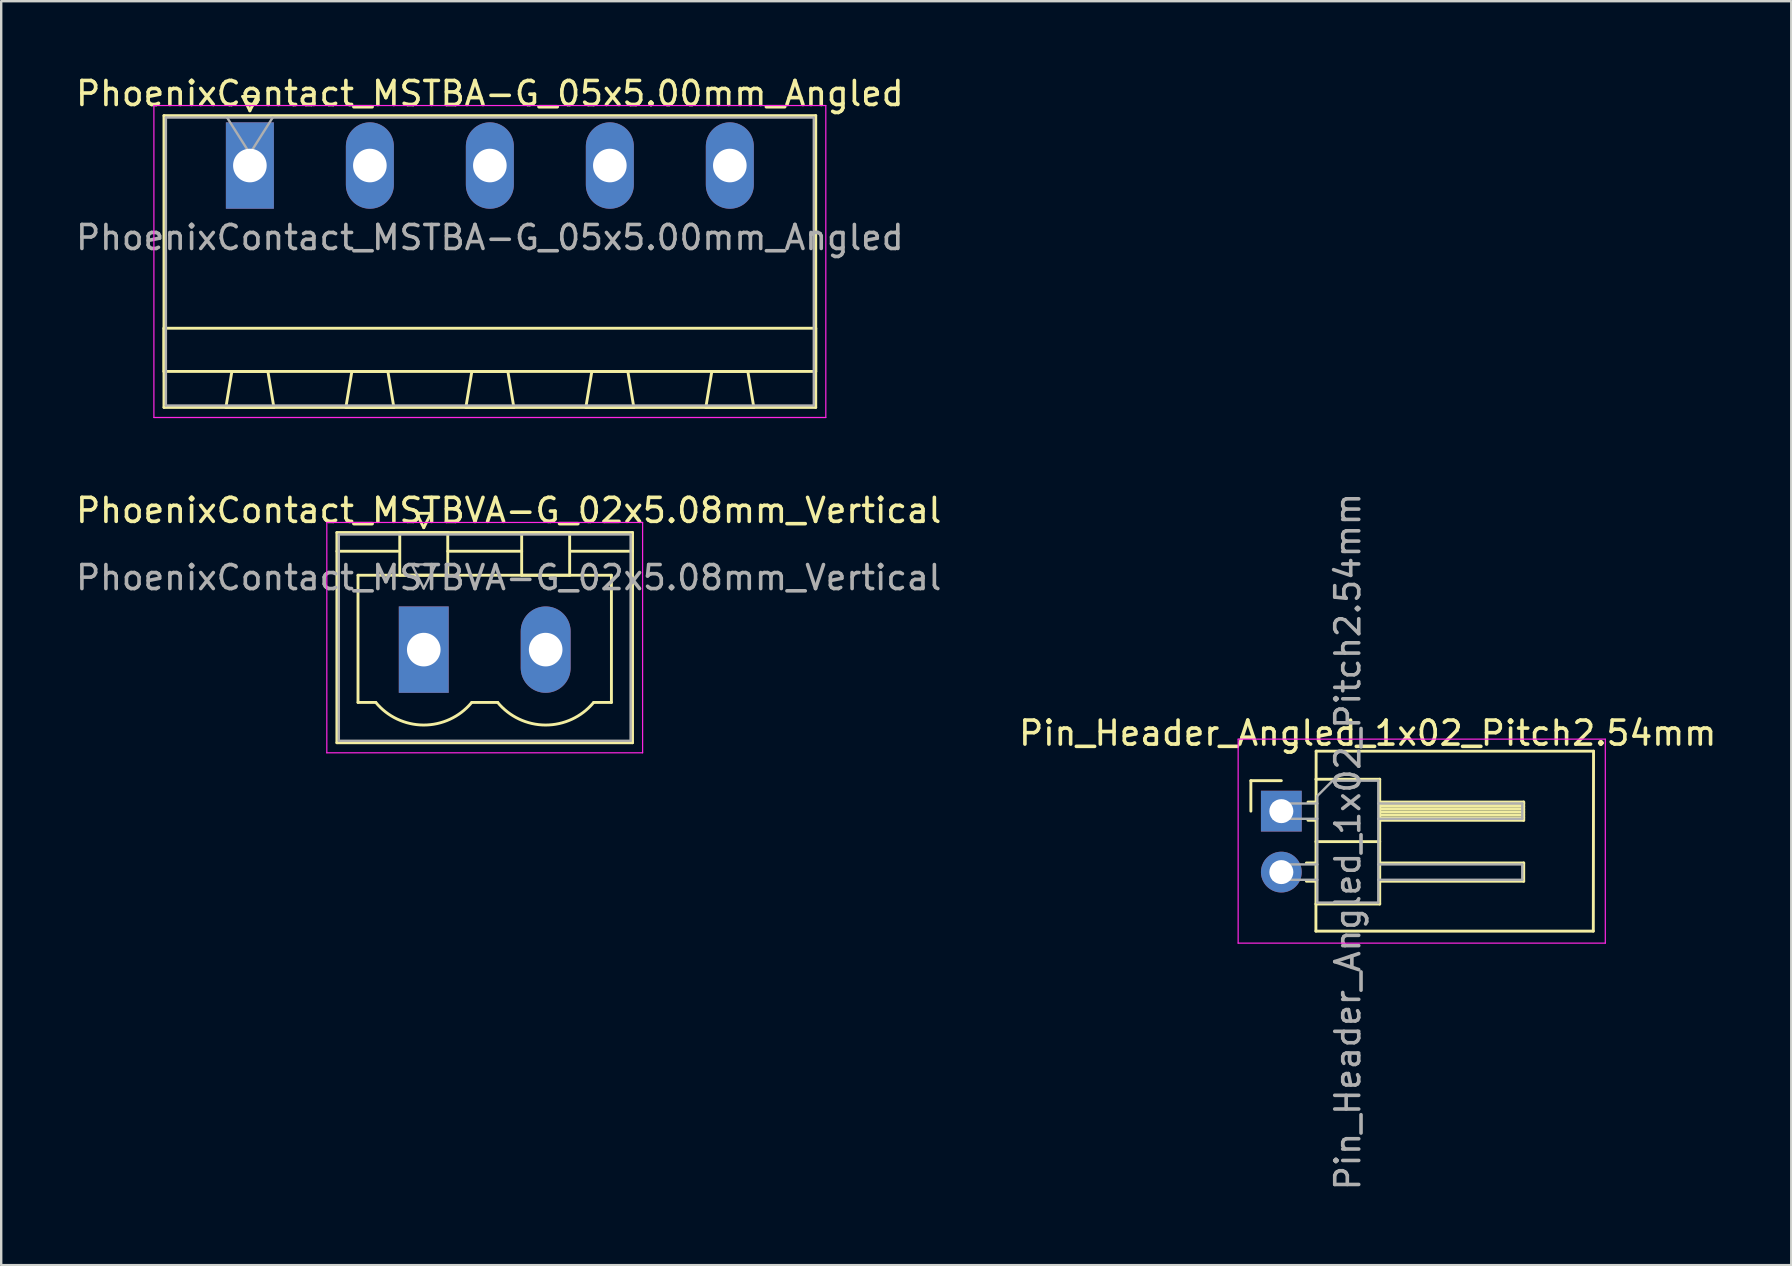
<source format=kicad_pcb>
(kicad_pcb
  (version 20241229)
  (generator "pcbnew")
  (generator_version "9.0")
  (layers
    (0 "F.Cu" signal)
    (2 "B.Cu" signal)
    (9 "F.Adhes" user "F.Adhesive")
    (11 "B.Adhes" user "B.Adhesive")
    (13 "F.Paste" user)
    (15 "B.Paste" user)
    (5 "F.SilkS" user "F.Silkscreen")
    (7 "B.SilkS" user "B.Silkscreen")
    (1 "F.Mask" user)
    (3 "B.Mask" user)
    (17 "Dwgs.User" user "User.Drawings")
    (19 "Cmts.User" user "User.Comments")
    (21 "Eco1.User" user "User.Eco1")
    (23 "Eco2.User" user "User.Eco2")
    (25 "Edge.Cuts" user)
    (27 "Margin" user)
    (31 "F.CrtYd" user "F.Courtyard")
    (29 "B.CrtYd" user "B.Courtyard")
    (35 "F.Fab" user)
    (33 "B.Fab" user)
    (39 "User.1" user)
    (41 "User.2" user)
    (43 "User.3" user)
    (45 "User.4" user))
  (footprint "PhoenixContact_MSTBVA-G_02x5.08mm_Vertical"
    (layer "F.Cu")
    (at 14.609 24.021)
    (property "Reference" "PhoenixContact_MSTBVA-G_02x5.08mm_Vertical" (at 3.54 -5.8 0) (layer "F.SilkS") (effects (font (size 1 1) (thickness 0.15))))
    (attr through_hole)
    (fp_line (start -3.62 -4.88) (end -3.62 3.88) (stroke (width 0.12) (type solid)) (layer "F.SilkS"))
    (fp_line (start -3.62 -4.1) (end -1.08 -4.1) (stroke (width 0.12) (type solid)) (layer "F.SilkS"))
    (fp_line (start -3.62 3.88) (end 8.7 3.88) (stroke (width 0.12) (type solid)) (layer "F.SilkS"))
    (fp_line (start -2.74 -3.1) (end 7.82 -3.1) (stroke (width 0.12) (type solid)) (layer "F.SilkS"))
    (fp_line (start -2.74 2.2) (end -2.74 -3.1) (stroke (width 0.12) (type solid)) (layer "F.SilkS"))
    (fp_line (start -2 2.2) (end -2.74 2.2) (stroke (width 0.12) (type solid)) (layer "F.SilkS"))
    (fp_line (start -1 -4.88) (end 1 -4.88) (stroke (width 0.12) (type solid)) (layer "F.SilkS"))
    (fp_line (start -1 -3.1) (end -1 -4.88) (stroke (width 0.12) (type solid)) (layer "F.SilkS"))
    (fp_line (start -0.3 -5.68) (end 0.3 -5.68) (stroke (width 0.12) (type solid)) (layer "F.SilkS"))
    (fp_line (start 0 -5.08) (end -0.3 -5.68) (stroke (width 0.12) (type solid)) (layer "F.SilkS"))
    (fp_line (start 0.3 -5.68) (end 0 -5.08) (stroke (width 0.12) (type solid)) (layer "F.SilkS"))
    (fp_line (start 1 -4.88) (end 1 -3.1) (stroke (width 0.12) (type solid)) (layer "F.SilkS"))
    (fp_line (start 1 -4.1) (end 4.08 -4.1) (stroke (width 0.12) (type solid)) (layer "F.SilkS"))
    (fp_line (start 1 -3.1) (end -1 -3.1) (stroke (width 0.12) (type solid)) (layer "F.SilkS"))
    (fp_line (start 2 2.2) (end 3.08 2.2) (stroke (width 0.12) (type solid)) (layer "F.SilkS"))
    (fp_line (start 4.08 -4.88) (end 6.08 -4.88) (stroke (width 0.12) (type solid)) (layer "F.SilkS"))
    (fp_line (start 4.08 -3.1) (end 4.08 -4.88) (stroke (width 0.12) (type solid)) (layer "F.SilkS"))
    (fp_line (start 6.08 -4.88) (end 6.08 -3.1) (stroke (width 0.12) (type solid)) (layer "F.SilkS"))
    (fp_line (start 6.08 -3.1) (end 4.08 -3.1) (stroke (width 0.12) (type solid)) (layer "F.SilkS"))
    (fp_line (start 7.82 -3.1) (end 7.82 2.2) (stroke (width 0.12) (type solid)) (layer "F.SilkS"))
    (fp_line (start 7.82 2.2) (end 7.08 2.2) (stroke (width 0.12) (type solid)) (layer "F.SilkS"))
    (fp_line (start 8.7 -4.88) (end -3.62 -4.88) (stroke (width 0.12) (type solid)) (layer "F.SilkS"))
    (fp_line (start 8.7 -4.1) (end 6.16 -4.1) (stroke (width 0.12) (type solid)) (layer "F.SilkS"))
    (fp_line (start 8.7 3.88) (end 8.7 -4.88) (stroke (width 0.12) (type solid)) (layer "F.SilkS"))
    (fp_arc (start 1.986842 2.215821) (mid -0.010289 3.142758) (end -2 2.2) (stroke (width 0.12) (type solid)) (layer "F.SilkS"))
    (fp_arc (start 7.066842 2.215821) (mid 5.069711 3.142758) (end 3.08 2.2) (stroke (width 0.12) (type solid)) (layer "F.SilkS"))
    (fp_line (start -4.04 -5.3) (end -4.04 4.3) (stroke (width 0.05) (type solid)) (layer "F.CrtYd"))
    (fp_line (start -4.04 4.3) (end 9.12 4.3) (stroke (width 0.05) (type solid)) (layer "F.CrtYd"))
    (fp_line (start 9.12 -5.3) (end -4.04 -5.3) (stroke (width 0.05) (type solid)) (layer "F.CrtYd"))
    (fp_line (start 9.12 4.3) (end 9.12 -5.3) (stroke (width 0.05) (type solid)) (layer "F.CrtYd"))
    (fp_line (start -3.54 -4.8) (end -3.54 3.8) (stroke (width 0.1) (type solid)) (layer "F.Fab"))
    (fp_line (start -3.54 3.8) (end 8.62 3.8) (stroke (width 0.1) (type solid)) (layer "F.Fab"))
    (fp_line (start -0.5 -3.55) (end 0.5 -3.55) (stroke (width 0.1) (type solid)) (layer "F.Fab"))
    (fp_line (start 0 -2.55) (end -0.5 -3.55) (stroke (width 0.1) (type solid)) (layer "F.Fab"))
    (fp_line (start 0.5 -3.55) (end 0 -2.55) (stroke (width 0.1) (type solid)) (layer "F.Fab"))
    (fp_line (start 8.62 -4.8) (end -3.54 -4.8) (stroke (width 0.1) (type solid)) (layer "F.Fab"))
    (fp_line (start 8.62 3.8) (end 8.62 -4.8) (stroke (width 0.1) (type solid)) (layer "F.Fab"))
    (fp_text user "${REFERENCE}" (at 3.54 -3 0) (layer "F.Fab") (effects (font (size 1 1) (thickness 0.15))))
    (pad "1" thru_hole rect (at 0 0) (size 2.08 3.6) (drill 1.4) (layers "*.Cu" "*.Mask"))
    (pad "2" thru_hole oval (at 5.08 0) (size 2.08 3.6) (drill 1.4) (layers "*.Cu" "*.Mask")))
  (footprint "Pin_Header_Angled_1x02_Pitch2.54mm"
    (layer "F.Cu")
    (at 50.346 30.752)
    (property "Reference" "Pin_Header_Angled_1x02_Pitch2.54mm" (at 3.6 -3.25 0) (layer "F.SilkS") (effects (font (size 1 1) (thickness 0.15))))
    (attr through_hole)
    (fp_line (start -1.27 -1.27) (end 0 -1.27) (stroke (width 0.12) (type solid)) (layer "F.SilkS"))
    (fp_line (start -1.27 0) (end -1.27 -1.27) (stroke (width 0.12) (type solid)) (layer "F.SilkS"))
    (fp_line (start 1.043 2.16) (end 1.44 2.16) (stroke (width 0.12) (type solid)) (layer "F.SilkS"))
    (fp_line (start 1.043 2.92) (end 1.44 2.92) (stroke (width 0.12) (type solid)) (layer "F.SilkS"))
    (fp_line (start 1.11 -0.38) (end 1.44 -0.38) (stroke (width 0.12) (type solid)) (layer "F.SilkS"))
    (fp_line (start 1.11 0.38) (end 1.44 0.38) (stroke (width 0.12) (type solid)) (layer "F.SilkS"))
    (fp_line (start 1.44 1.27) (end 4.1 1.27) (stroke (width 0.12) (type solid)) (layer "F.SilkS"))
    (fp_line (start 1.44 3.87) (end 4.1 3.87) (stroke (width 0.12) (type solid)) (layer "F.SilkS"))
    (fp_line (start 1.44 5) (end 13 5) (stroke (width 0.12) (type solid)) (layer "F.SilkS"))
    (fp_line (start 1.45 -2.5) (end 1.44 5) (stroke (width 0.12) (type solid)) (layer "F.SilkS"))
    (fp_line (start 1.45 -2.5) (end 13.01 -2.5) (stroke (width 0.12) (type solid)) (layer "F.SilkS"))
    (fp_line (start 4.1 -1.33) (end 1.44 -1.33) (stroke (width 0.12) (type solid)) (layer "F.SilkS"))
    (fp_line (start 4.1 -0.38) (end 10.1 -0.38) (stroke (width 0.12) (type solid)) (layer "F.SilkS"))
    (fp_line (start 4.1 -0.32) (end 10.1 -0.32) (stroke (width 0.12) (type solid)) (layer "F.SilkS"))
    (fp_line (start 4.1 -0.2) (end 10.1 -0.2) (stroke (width 0.12) (type solid)) (layer "F.SilkS"))
    (fp_line (start 4.1 -0.08) (end 10.1 -0.08) (stroke (width 0.12) (type solid)) (layer "F.SilkS"))
    (fp_line (start 4.1 0.04) (end 10.1 0.04) (stroke (width 0.12) (type solid)) (layer "F.SilkS"))
    (fp_line (start 4.1 0.16) (end 10.1 0.16) (stroke (width 0.12) (type solid)) (layer "F.SilkS"))
    (fp_line (start 4.1 0.28) (end 10.1 0.28) (stroke (width 0.12) (type solid)) (layer "F.SilkS"))
    (fp_line (start 4.1 2.16) (end 10.1 2.16) (stroke (width 0.12) (type solid)) (layer "F.SilkS"))
    (fp_line (start 4.1 3.87) (end 4.1 -1.33) (stroke (width 0.12) (type solid)) (layer "F.SilkS"))
    (fp_line (start 10.1 -0.38) (end 10.1 0.38) (stroke (width 0.12) (type solid)) (layer "F.SilkS"))
    (fp_line (start 10.1 0.38) (end 4.1 0.38) (stroke (width 0.12) (type solid)) (layer "F.SilkS"))
    (fp_line (start 10.1 2.16) (end 10.1 2.92) (stroke (width 0.12) (type solid)) (layer "F.SilkS"))
    (fp_line (start 10.1 2.92) (end 4.1 2.92) (stroke (width 0.12) (type solid)) (layer "F.SilkS"))
    (fp_line (start 13.01 -2.5) (end 13 5) (stroke (width 0.12) (type solid)) (layer "F.SilkS"))
    (fp_line (start -1.8 -3) (end -1.8 5.5) (stroke (width 0.05) (type solid)) (layer "F.CrtYd"))
    (fp_line (start 13.5 -3) (end -1.8 -3) (stroke (width 0.05) (type solid)) (layer "F.CrtYd"))
    (fp_line (start 13.5 5.5) (end -1.8 5.5) (stroke (width 0.05) (type solid)) (layer "F.CrtYd"))
    (fp_line (start 13.5 5.5) (end 13.5 -3) (stroke (width 0.05) (type solid)) (layer "F.CrtYd"))
    (fp_line (start -0.32 -0.32) (end -0.32 0.32) (stroke (width 0.1) (type solid)) (layer "F.Fab"))
    (fp_line (start -0.32 -0.32) (end 1.5 -0.32) (stroke (width 0.1) (type solid)) (layer "F.Fab"))
    (fp_line (start -0.32 0.32) (end 1.5 0.32) (stroke (width 0.1) (type solid)) (layer "F.Fab"))
    (fp_line (start -0.32 2.22) (end -0.32 2.86) (stroke (width 0.1) (type solid)) (layer "F.Fab"))
    (fp_line (start -0.32 2.22) (end 1.5 2.22) (stroke (width 0.1) (type solid)) (layer "F.Fab"))
    (fp_line (start -0.32 2.86) (end 1.5 2.86) (stroke (width 0.1) (type solid)) (layer "F.Fab"))
    (fp_line (start 1.5 -0.635) (end 2.135 -1.27) (stroke (width 0.1) (type solid)) (layer "F.Fab"))
    (fp_line (start 1.5 3.81) (end 1.5 -0.635) (stroke (width 0.1) (type solid)) (layer "F.Fab"))
    (fp_line (start 2.135 -1.27) (end 4.04 -1.27) (stroke (width 0.1) (type solid)) (layer "F.Fab"))
    (fp_line (start 4.04 -1.27) (end 4.04 3.81) (stroke (width 0.1) (type solid)) (layer "F.Fab"))
    (fp_line (start 4.04 -0.32) (end 10.04 -0.32) (stroke (width 0.1) (type solid)) (layer "F.Fab"))
    (fp_line (start 4.04 0.32) (end 10.04 0.32) (stroke (width 0.1) (type solid)) (layer "F.Fab"))
    (fp_line (start 4.04 2.22) (end 10.04 2.22) (stroke (width 0.1) (type solid)) (layer "F.Fab"))
    (fp_line (start 4.04 2.86) (end 10.04 2.86) (stroke (width 0.1) (type solid)) (layer "F.Fab"))
    (fp_line (start 4.04 3.81) (end 1.5 3.81) (stroke (width 0.1) (type solid)) (layer "F.Fab"))
    (fp_line (start 10.04 -0.32) (end 10.04 0.32) (stroke (width 0.1) (type solid)) (layer "F.Fab"))
    (fp_line (start 10.04 2.22) (end 10.04 2.86) (stroke (width 0.1) (type solid)) (layer "F.Fab"))
    (fp_text user "${REFERENCE}" (at 2.77 1.27 90) (layer "F.Fab") (effects (font (size 1 1) (thickness 0.15))))
    (pad "1" thru_hole rect (at 0 0) (size 1.7 1.7) (drill 1) (layers "*.Cu" "*.Mask"))
    (pad "2" thru_hole oval (at 0 2.54) (size 1.7 1.7) (drill 1) (layers "*.Cu" "*.Mask")))
  (footprint "PhoenixContact_MSTBA-G_05x5.00mm_Angled"
    (layer "F.Cu")
    (at 7.363 3.848)
    (property "Reference" "PhoenixContact_MSTBA-G_05x5.00mm_Angled" (at 10 -3 0) (layer "F.SilkS") (effects (font (size 1 1) (thickness 0.15))))
    (attr through_hole)
    (fp_line (start -3.58 -2.08) (end -3.58 10.08) (stroke (width 0.12) (type solid)) (layer "F.SilkS"))
    (fp_line (start -3.58 6.78) (end 23.58 6.78) (stroke (width 0.12) (type solid)) (layer "F.SilkS"))
    (fp_line (start -3.58 8.58) (end -3.58 6.78) (stroke (width 0.12) (type solid)) (layer "F.SilkS"))
    (fp_line (start -3.58 10.08) (end 23.58 10.08) (stroke (width 0.12) (type solid)) (layer "F.SilkS"))
    (fp_line (start -1 10.08) (end 1 10.08) (stroke (width 0.12) (type solid)) (layer "F.SilkS"))
    (fp_line (start -0.75 8.58) (end -1 10.08) (stroke (width 0.12) (type solid)) (layer "F.SilkS"))
    (fp_line (start -0.3 -2.88) (end 0.3 -2.88) (stroke (width 0.12) (type solid)) (layer "F.SilkS"))
    (fp_line (start 0 -2.28) (end -0.3 -2.88) (stroke (width 0.12) (type solid)) (layer "F.SilkS"))
    (fp_line (start 0.3 -2.88) (end 0 -2.28) (stroke (width 0.12) (type solid)) (layer "F.SilkS"))
    (fp_line (start 0.75 8.58) (end -0.75 8.58) (stroke (width 0.12) (type solid)) (layer "F.SilkS"))
    (fp_line (start 1 10.08) (end 0.75 8.58) (stroke (width 0.12) (type solid)) (layer "F.SilkS"))
    (fp_line (start 4 10.08) (end 6 10.08) (stroke (width 0.12) (type solid)) (layer "F.SilkS"))
    (fp_line (start 4.25 8.58) (end 4 10.08) (stroke (width 0.12) (type solid)) (layer "F.SilkS"))
    (fp_line (start 5.75 8.58) (end 4.25 8.58) (stroke (width 0.12) (type solid)) (layer "F.SilkS"))
    (fp_line (start 6 10.08) (end 5.75 8.58) (stroke (width 0.12) (type solid)) (layer "F.SilkS"))
    (fp_line (start 9 10.08) (end 11 10.08) (stroke (width 0.12) (type solid)) (layer "F.SilkS"))
    (fp_line (start 9.25 8.58) (end 9 10.08) (stroke (width 0.12) (type solid)) (layer "F.SilkS"))
    (fp_line (start 10.75 8.58) (end 9.25 8.58) (stroke (width 0.12) (type solid)) (layer "F.SilkS"))
    (fp_line (start 11 10.08) (end 10.75 8.58) (stroke (width 0.12) (type solid)) (layer "F.SilkS"))
    (fp_line (start 14 10.08) (end 16 10.08) (stroke (width 0.12) (type solid)) (layer "F.SilkS"))
    (fp_line (start 14.25 8.58) (end 14 10.08) (stroke (width 0.12) (type solid)) (layer "F.SilkS"))
    (fp_line (start 15.75 8.58) (end 14.25 8.58) (stroke (width 0.12) (type solid)) (layer "F.SilkS"))
    (fp_line (start 16 10.08) (end 15.75 8.58) (stroke (width 0.12) (type solid)) (layer "F.SilkS"))
    (fp_line (start 19 10.08) (end 21 10.08) (stroke (width 0.12) (type solid)) (layer "F.SilkS"))
    (fp_line (start 19.25 8.58) (end 19 10.08) (stroke (width 0.12) (type solid)) (layer "F.SilkS"))
    (fp_line (start 20.75 8.58) (end 19.25 8.58) (stroke (width 0.12) (type solid)) (layer "F.SilkS"))
    (fp_line (start 21 10.08) (end 20.75 8.58) (stroke (width 0.12) (type solid)) (layer "F.SilkS"))
    (fp_line (start 23.58 -2.08) (end -3.58 -2.08) (stroke (width 0.12) (type solid)) (layer "F.SilkS"))
    (fp_line (start 23.58 6.78) (end 23.58 8.58) (stroke (width 0.12) (type solid)) (layer "F.SilkS"))
    (fp_line (start 23.58 8.58) (end -3.58 8.58) (stroke (width 0.12) (type solid)) (layer "F.SilkS"))
    (fp_line (start 23.58 10.08) (end 23.58 -2.08) (stroke (width 0.12) (type solid)) (layer "F.SilkS"))
    (fp_line (start -4 -2.5) (end -4 10.5) (stroke (width 0.05) (type solid)) (layer "F.CrtYd"))
    (fp_line (start -4 10.5) (end 24 10.5) (stroke (width 0.05) (type solid)) (layer "F.CrtYd"))
    (fp_line (start 24 -2.5) (end -4 -2.5) (stroke (width 0.05) (type solid)) (layer "F.CrtYd"))
    (fp_line (start 24 10.5) (end 24 -2.5) (stroke (width 0.05) (type solid)) (layer "F.CrtYd"))
    (fp_line (start -3.5 -2) (end -3.5 10) (stroke (width 0.1) (type solid)) (layer "F.Fab"))
    (fp_line (start -3.5 10) (end 23.5 10) (stroke (width 0.1) (type solid)) (layer "F.Fab"))
    (fp_line (start 0 -0.5) (end -0.95 -2) (stroke (width 0.1) (type solid)) (layer "F.Fab"))
    (fp_line (start 0.95 -2) (end 0 -0.5) (stroke (width 0.1) (type solid)) (layer "F.Fab"))
    (fp_line (start 23.5 -2) (end -3.5 -2) (stroke (width 0.1) (type solid)) (layer "F.Fab"))
    (fp_line (start 23.5 10) (end 23.5 -2) (stroke (width 0.1) (type solid)) (layer "F.Fab"))
    (fp_text user "${REFERENCE}" (at 10 3 0) (layer "F.Fab") (effects (font (size 1 1) (thickness 0.15))))
    (pad "1" thru_hole rect (at 0 0) (size 2 3.6) (drill 1.4) (layers "*.Cu" "*.Mask"))
    (pad "2" thru_hole oval (at 5 0) (size 2 3.6) (drill 1.4) (layers "*.Cu" "*.Mask"))
    (pad "3" thru_hole oval (at 10 0) (size 2 3.6) (drill 1.4) (layers "*.Cu" "*.Mask"))
    (pad "4" thru_hole oval (at 15 0) (size 2 3.6) (drill 1.4) (layers "*.Cu" "*.Mask"))
    (pad "5" thru_hole oval (at 20 0) (size 2 3.6) (drill 1.4) (layers "*.Cu" "*.Mask")))
  (gr_rect
    (start -3 -3)
    (end 71.595 49.671)
    (stroke (width 0.1) (type default))
    (fill no)
    (layer "Edge.Cuts")))
</source>
